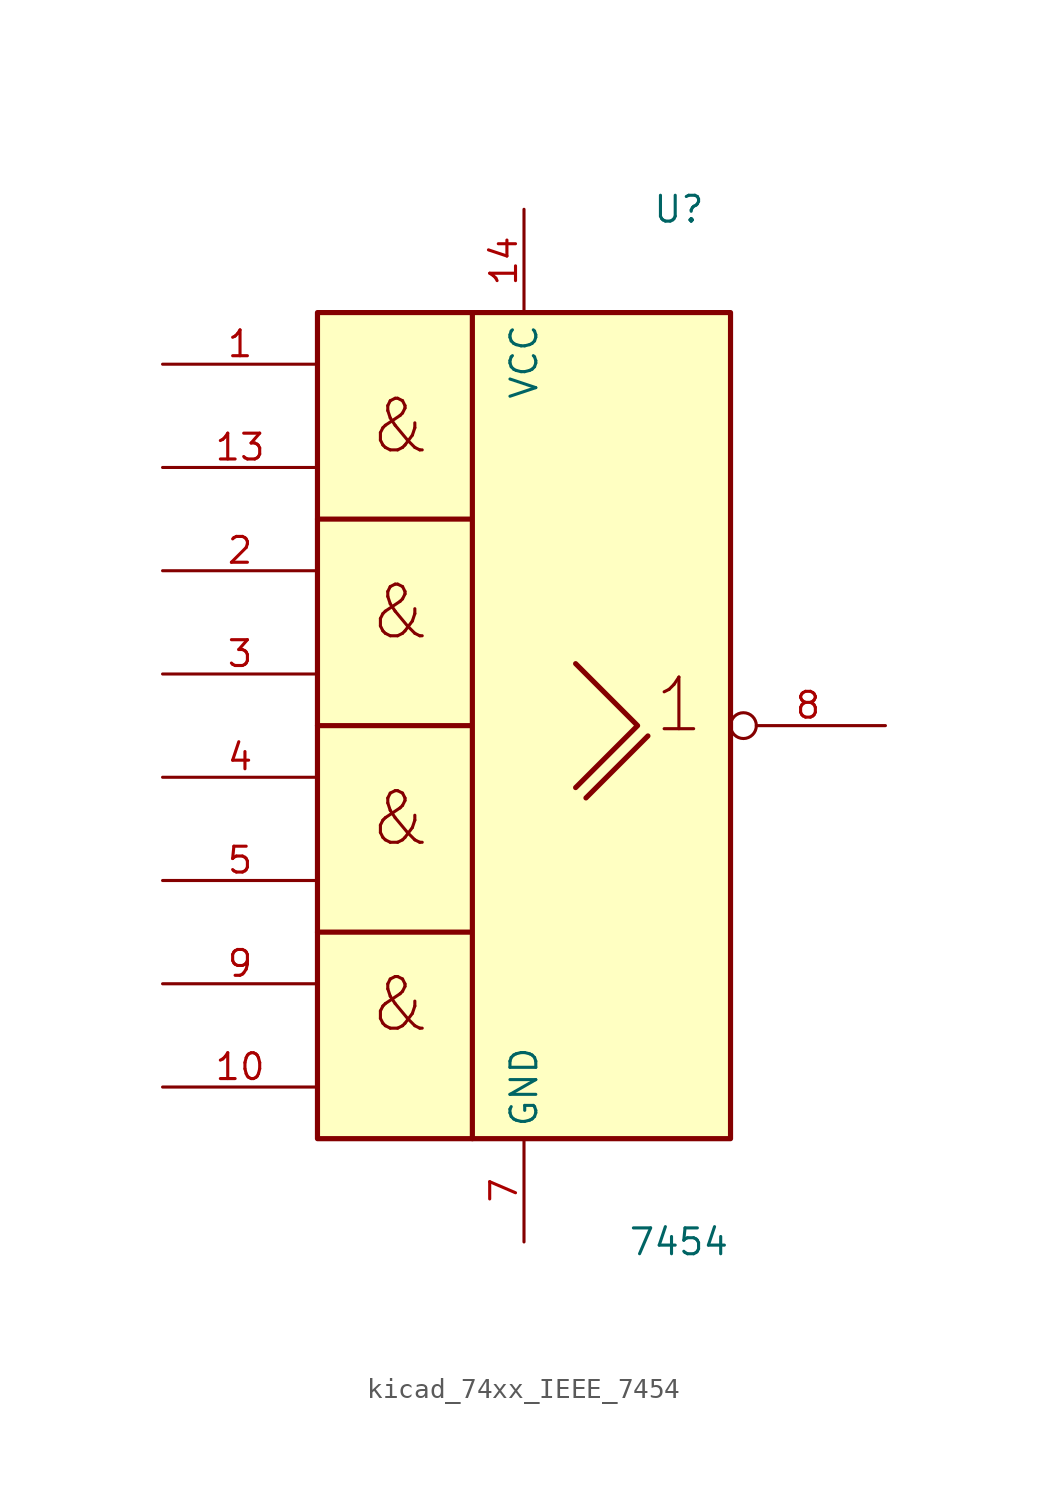
<source format=kicad_sym>
(kicad_symbol_lib
  (version 20220914)
  (generator kicad_symbol_editor)
  (symbol "kicad_74xx_IEEE_7454"
    (property "Reference" "U"
      (at 7.62 25.4 0)
      (effects (font (size 1.27 1.27))))
    (property "Value" "7454"
      (at 7.62 -25.4 0)
      (effects (font (size 1.27 1.27))))
    (symbol "kicad_74xx_IEEE_7454_0_0"
      (polyline (pts (xy 3.048 -3.556) (xy 6.096 -0.508) (xy 6.096 -0.508)) (stroke (width 0.254) (type default)) (fill (type background)))
      (polyline (pts (xy 2.54 3.048) (xy 5.588 0) (xy 2.54 -3.048) (xy 2.54 -3.048)) (stroke (width 0.254) (type default)) (fill (type background)))
      (text "&" (at -6.096 -13.716 0) (effects (font (size 2.54 2.54))))
      (text "&" (at -6.096 -4.572 0) (effects (font (size 2.54 2.54))))
      (text "&" (at -6.096 5.588 0) (effects (font (size 2.54 2.54))))
      (text "&" (at -6.096 14.732 0) (effects (font (size 2.54 2.54))))
      (text "1" (at 7.62 1.016 0) (effects (font (size 2.54 2.54))))
      (pin power_in line (at 0 25.4 270) (length 5.08) (name "VCC" (effects (font (size 1.27 1.27)))) (number "14" (effects (font (size 1.27 1.27))))))
    (symbol "kicad_74xx_IEEE_7454_0_1"
      (rectangle (start -10.16 20.32) (end 10.16 -20.32) (stroke (width 0.254) (type default)) (fill (type background)))
      (polyline (pts (xy -2.54 20.32) (xy -2.54 10.16) (xy -10.16 10.16) (xy -2.54 10.16) (xy -2.54 0) (xy -10.16 0) (xy -2.54 0) (xy -2.54 -10.16) (xy -10.16 -10.16) (xy -2.54 -10.16) (xy -2.54 -20.32) (xy -2.54 -20.32)) (stroke (width 0.254) (type default)) (fill (type background)))
      (pin power_in line (at 0 -25.4 90) (length 5.08) (name "GND" (effects (font (size 1.27 1.27)))) (number "7" (effects (font (size 1.27 1.27))))))
    (symbol "kicad_74xx_IEEE_7454_1_1"
      (pin input line (at -17.78 17.78 0) (length 7.62) (name "~" (effects (font (size 1.27 1.27)))) (number "1" (effects (font (size 1.27 1.27)))))
      (pin input line (at -17.78 -17.78 0) (length 7.62) (name "~" (effects (font (size 1.27 1.27)))) (number "10" (effects (font (size 1.27 1.27)))))
      (pin input line (at -17.78 12.7 0) (length 7.62) (name "~" (effects (font (size 1.27 1.27)))) (number "13" (effects (font (size 1.27 1.27)))))
      (pin input line (at -17.78 7.62 0) (length 7.62) (name "~" (effects (font (size 1.27 1.27)))) (number "2" (effects (font (size 1.27 1.27)))))
      (pin input line (at -17.78 2.54 0) (length 7.62) (name "~" (effects (font (size 1.27 1.27)))) (number "3" (effects (font (size 1.27 1.27)))))
      (pin input line (at -17.78 -2.54 0) (length 7.62) (name "~" (effects (font (size 1.27 1.27)))) (number "4" (effects (font (size 1.27 1.27)))))
      (pin input line (at -17.78 -7.62 0) (length 7.62) (name "~" (effects (font (size 1.27 1.27)))) (number "5" (effects (font (size 1.27 1.27)))))
      (pin output inverted (at 17.78 0 180) (length 7.62) (name "~" (effects (font (size 1.27 1.27)))) (number "8" (effects (font (size 1.27 1.27)))))
      (pin input line (at -17.78 -12.7 0) (length 7.62) (name "~" (effects (font (size 1.27 1.27)))) (number "9" (effects (font (size 1.27 1.27))))))))
</source>
